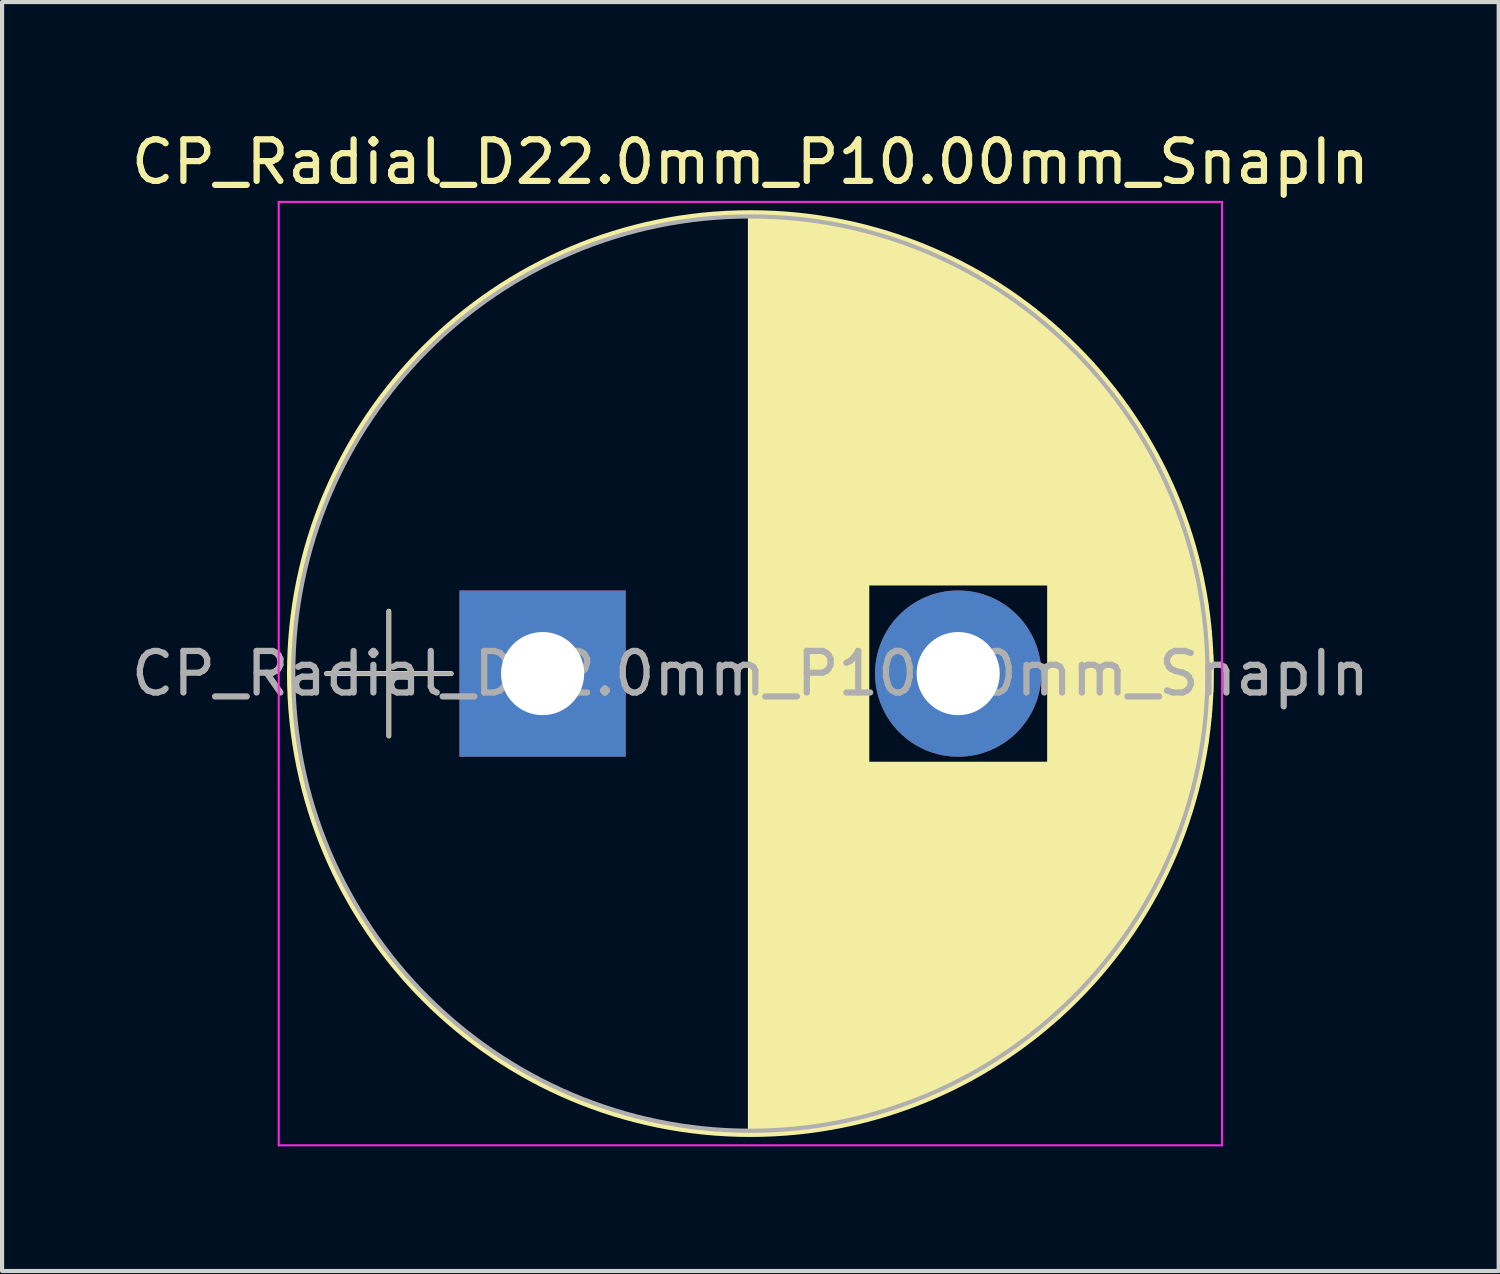
<source format=kicad_pcb>
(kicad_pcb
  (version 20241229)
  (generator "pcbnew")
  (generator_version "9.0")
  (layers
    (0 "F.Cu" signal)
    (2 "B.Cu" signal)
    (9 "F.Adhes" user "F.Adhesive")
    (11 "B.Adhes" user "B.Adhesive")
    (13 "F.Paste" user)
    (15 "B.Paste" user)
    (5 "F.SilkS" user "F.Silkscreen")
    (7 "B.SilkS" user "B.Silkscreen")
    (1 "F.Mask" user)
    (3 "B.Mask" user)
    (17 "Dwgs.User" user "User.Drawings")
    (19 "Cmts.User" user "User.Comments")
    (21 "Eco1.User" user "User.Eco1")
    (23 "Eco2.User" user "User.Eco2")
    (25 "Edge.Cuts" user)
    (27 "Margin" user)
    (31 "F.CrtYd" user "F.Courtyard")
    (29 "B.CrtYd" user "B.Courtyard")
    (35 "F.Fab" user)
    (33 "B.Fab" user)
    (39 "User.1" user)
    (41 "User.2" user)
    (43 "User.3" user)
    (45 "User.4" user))
  (footprint "CP_Radial_D22.0mm_P10.00mm_SnapIn"
    (layer "F.Cu")
    (at 10.006 13.158)
    (property "Reference" "CP_Radial_D22.0mm_P10.00mm_SnapIn" (at 5 -12.31 0) (layer "F.SilkS") (effects (font (size 1 1) (thickness 0.15))))
    (attr through_hole)
    (fp_line (start -5.2 0) (end -2.2 0) (stroke (width 0.12) (type solid)) (layer "F.SilkS"))
    (fp_line (start -3.7 -1.5) (end -3.7 1.5) (stroke (width 0.12) (type solid)) (layer "F.SilkS"))
    (fp_line (start 5 -11.05) (end 5 11.05) (stroke (width 0.12) (type solid)) (layer "F.SilkS"))
    (fp_line (start 5.04 -11.05) (end 5.04 11.05) (stroke (width 0.12) (type solid)) (layer "F.SilkS"))
    (fp_line (start 5.08 -11.05) (end 5.08 11.05) (stroke (width 0.12) (type solid)) (layer "F.SilkS"))
    (fp_line (start 5.12 -11.05) (end 5.12 11.05) (stroke (width 0.12) (type solid)) (layer "F.SilkS"))
    (fp_line (start 5.16 -11.049) (end 5.16 11.049) (stroke (width 0.12) (type solid)) (layer "F.SilkS"))
    (fp_line (start 5.2 -11.049) (end 5.2 11.049) (stroke (width 0.12) (type solid)) (layer "F.SilkS"))
    (fp_line (start 5.24 -11.048) (end 5.24 11.048) (stroke (width 0.12) (type solid)) (layer "F.SilkS"))
    (fp_line (start 5.28 -11.047) (end 5.28 11.047) (stroke (width 0.12) (type solid)) (layer "F.SilkS"))
    (fp_line (start 5.32 -11.046) (end 5.32 11.046) (stroke (width 0.12) (type solid)) (layer "F.SilkS"))
    (fp_line (start 5.36 -11.045) (end 5.36 11.045) (stroke (width 0.12) (type solid)) (layer "F.SilkS"))
    (fp_line (start 5.4 -11.043) (end 5.4 11.043) (stroke (width 0.12) (type solid)) (layer "F.SilkS"))
    (fp_line (start 5.44 -11.042) (end 5.44 11.042) (stroke (width 0.12) (type solid)) (layer "F.SilkS"))
    (fp_line (start 5.48 -11.04) (end 5.48 11.04) (stroke (width 0.12) (type solid)) (layer "F.SilkS"))
    (fp_line (start 5.52 -11.038) (end 5.52 11.038) (stroke (width 0.12) (type solid)) (layer "F.SilkS"))
    (fp_line (start 5.56 -11.036) (end 5.56 11.036) (stroke (width 0.12) (type solid)) (layer "F.SilkS"))
    (fp_line (start 5.6 -11.034) (end 5.6 11.034) (stroke (width 0.12) (type solid)) (layer "F.SilkS"))
    (fp_line (start 5.64 -11.032) (end 5.64 11.032) (stroke (width 0.12) (type solid)) (layer "F.SilkS"))
    (fp_line (start 5.68 -11.03) (end 5.68 11.03) (stroke (width 0.12) (type solid)) (layer "F.SilkS"))
    (fp_line (start 5.721 -11.027) (end 5.721 11.027) (stroke (width 0.12) (type solid)) (layer "F.SilkS"))
    (fp_line (start 5.761 -11.024) (end 5.761 11.024) (stroke (width 0.12) (type solid)) (layer "F.SilkS"))
    (fp_line (start 5.801 -11.022) (end 5.801 11.022) (stroke (width 0.12) (type solid)) (layer "F.SilkS"))
    (fp_line (start 5.841 -11.019) (end 5.841 11.019) (stroke (width 0.12) (type solid)) (layer "F.SilkS"))
    (fp_line (start 5.881 -11.016) (end 5.881 11.016) (stroke (width 0.12) (type solid)) (layer "F.SilkS"))
    (fp_line (start 5.921 -11.012) (end 5.921 11.012) (stroke (width 0.12) (type solid)) (layer "F.SilkS"))
    (fp_line (start 5.961 -11.009) (end 5.961 11.009) (stroke (width 0.12) (type solid)) (layer "F.SilkS"))
    (fp_line (start 6.001 -11.005) (end 6.001 11.005) (stroke (width 0.12) (type solid)) (layer "F.SilkS"))
    (fp_line (start 6.041 -11.002) (end 6.041 11.002) (stroke (width 0.12) (type solid)) (layer "F.SilkS"))
    (fp_line (start 6.081 -10.998) (end 6.081 10.998) (stroke (width 0.12) (type solid)) (layer "F.SilkS"))
    (fp_line (start 6.121 -10.994) (end 6.121 10.994) (stroke (width 0.12) (type solid)) (layer "F.SilkS"))
    (fp_line (start 6.161 -10.99) (end 6.161 10.99) (stroke (width 0.12) (type solid)) (layer "F.SilkS"))
    (fp_line (start 6.201 -10.985) (end 6.201 10.985) (stroke (width 0.12) (type solid)) (layer "F.SilkS"))
    (fp_line (start 6.241 -10.981) (end 6.241 10.981) (stroke (width 0.12) (type solid)) (layer "F.SilkS"))
    (fp_line (start 6.281 -10.976) (end 6.281 10.976) (stroke (width 0.12) (type solid)) (layer "F.SilkS"))
    (fp_line (start 6.321 -10.972) (end 6.321 10.972) (stroke (width 0.12) (type solid)) (layer "F.SilkS"))
    (fp_line (start 6.361 -10.967) (end 6.361 10.967) (stroke (width 0.12) (type solid)) (layer "F.SilkS"))
    (fp_line (start 6.401 -10.962) (end 6.401 10.962) (stroke (width 0.12) (type solid)) (layer "F.SilkS"))
    (fp_line (start 6.441 -10.957) (end 6.441 10.957) (stroke (width 0.12) (type solid)) (layer "F.SilkS"))
    (fp_line (start 6.481 -10.951) (end 6.481 10.951) (stroke (width 0.12) (type solid)) (layer "F.SilkS"))
    (fp_line (start 6.521 -10.946) (end 6.521 10.946) (stroke (width 0.12) (type solid)) (layer "F.SilkS"))
    (fp_line (start 6.561 -10.94) (end 6.561 10.94) (stroke (width 0.12) (type solid)) (layer "F.SilkS"))
    (fp_line (start 6.601 -10.934) (end 6.601 10.934) (stroke (width 0.12) (type solid)) (layer "F.SilkS"))
    (fp_line (start 6.641 -10.929) (end 6.641 10.929) (stroke (width 0.12) (type solid)) (layer "F.SilkS"))
    (fp_line (start 6.681 -10.923) (end 6.681 10.923) (stroke (width 0.12) (type solid)) (layer "F.SilkS"))
    (fp_line (start 6.721 -10.916) (end 6.721 10.916) (stroke (width 0.12) (type solid)) (layer "F.SilkS"))
    (fp_line (start 6.761 -10.91) (end 6.761 10.91) (stroke (width 0.12) (type solid)) (layer "F.SilkS"))
    (fp_line (start 6.801 -10.903) (end 6.801 10.903) (stroke (width 0.12) (type solid)) (layer "F.SilkS"))
    (fp_line (start 6.841 -10.897) (end 6.841 10.897) (stroke (width 0.12) (type solid)) (layer "F.SilkS"))
    (fp_line (start 6.881 -10.89) (end 6.881 10.89) (stroke (width 0.12) (type solid)) (layer "F.SilkS"))
    (fp_line (start 6.921 -10.883) (end 6.921 10.883) (stroke (width 0.12) (type solid)) (layer "F.SilkS"))
    (fp_line (start 6.961 -10.876) (end 6.961 10.876) (stroke (width 0.12) (type solid)) (layer "F.SilkS"))
    (fp_line (start 7.001 -10.869) (end 7.001 10.869) (stroke (width 0.12) (type solid)) (layer "F.SilkS"))
    (fp_line (start 7.041 -10.861) (end 7.041 10.861) (stroke (width 0.12) (type solid)) (layer "F.SilkS"))
    (fp_line (start 7.081 -10.854) (end 7.081 10.854) (stroke (width 0.12) (type solid)) (layer "F.SilkS"))
    (fp_line (start 7.121 -10.846) (end 7.121 10.846) (stroke (width 0.12) (type solid)) (layer "F.SilkS"))
    (fp_line (start 7.161 -10.838) (end 7.161 10.838) (stroke (width 0.12) (type solid)) (layer "F.SilkS"))
    (fp_line (start 7.201 -10.83) (end 7.201 10.83) (stroke (width 0.12) (type solid)) (layer "F.SilkS"))
    (fp_line (start 7.241 -10.822) (end 7.241 10.822) (stroke (width 0.12) (type solid)) (layer "F.SilkS"))
    (fp_line (start 7.281 -10.814) (end 7.281 10.814) (stroke (width 0.12) (type solid)) (layer "F.SilkS"))
    (fp_line (start 7.321 -10.805) (end 7.321 10.805) (stroke (width 0.12) (type solid)) (layer "F.SilkS"))
    (fp_line (start 7.361 -10.796) (end 7.361 10.796) (stroke (width 0.12) (type solid)) (layer "F.SilkS"))
    (fp_line (start 7.401 -10.788) (end 7.401 10.788) (stroke (width 0.12) (type solid)) (layer "F.SilkS"))
    (fp_line (start 7.441 -10.779) (end 7.441 10.779) (stroke (width 0.12) (type solid)) (layer "F.SilkS"))
    (fp_line (start 7.481 -10.77) (end 7.481 10.77) (stroke (width 0.12) (type solid)) (layer "F.SilkS"))
    (fp_line (start 7.521 -10.76) (end 7.521 10.76) (stroke (width 0.12) (type solid)) (layer "F.SilkS"))
    (fp_line (start 7.561 -10.751) (end 7.561 10.751) (stroke (width 0.12) (type solid)) (layer "F.SilkS"))
    (fp_line (start 7.601 -10.741) (end 7.601 10.741) (stroke (width 0.12) (type solid)) (layer "F.SilkS"))
    (fp_line (start 7.641 -10.732) (end 7.641 10.732) (stroke (width 0.12) (type solid)) (layer "F.SilkS"))
    (fp_line (start 7.681 -10.722) (end 7.681 10.722) (stroke (width 0.12) (type solid)) (layer "F.SilkS"))
    (fp_line (start 7.721 -10.712) (end 7.721 10.712) (stroke (width 0.12) (type solid)) (layer "F.SilkS"))
    (fp_line (start 7.761 -10.702) (end 7.761 10.702) (stroke (width 0.12) (type solid)) (layer "F.SilkS"))
    (fp_line (start 7.801 -10.691) (end 7.801 10.691) (stroke (width 0.12) (type solid)) (layer "F.SilkS"))
    (fp_line (start 7.841 -10.681) (end 7.841 -2.18) (stroke (width 0.12) (type solid)) (layer "F.SilkS"))
    (fp_line (start 7.841 2.18) (end 7.841 10.681) (stroke (width 0.12) (type solid)) (layer "F.SilkS"))
    (fp_line (start 7.881 -10.67) (end 7.881 -2.18) (stroke (width 0.12) (type solid)) (layer "F.SilkS"))
    (fp_line (start 7.881 2.18) (end 7.881 10.67) (stroke (width 0.12) (type solid)) (layer "F.SilkS"))
    (fp_line (start 7.921 -10.659) (end 7.921 -2.18) (stroke (width 0.12) (type solid)) (layer "F.SilkS"))
    (fp_line (start 7.921 2.18) (end 7.921 10.659) (stroke (width 0.12) (type solid)) (layer "F.SilkS"))
    (fp_line (start 7.961 -10.648) (end 7.961 -2.18) (stroke (width 0.12) (type solid)) (layer "F.SilkS"))
    (fp_line (start 7.961 2.18) (end 7.961 10.648) (stroke (width 0.12) (type solid)) (layer "F.SilkS"))
    (fp_line (start 8.001 -10.637) (end 8.001 -2.18) (stroke (width 0.12) (type solid)) (layer "F.SilkS"))
    (fp_line (start 8.001 2.18) (end 8.001 10.637) (stroke (width 0.12) (type solid)) (layer "F.SilkS"))
    (fp_line (start 8.041 -10.626) (end 8.041 -2.18) (stroke (width 0.12) (type solid)) (layer "F.SilkS"))
    (fp_line (start 8.041 2.18) (end 8.041 10.626) (stroke (width 0.12) (type solid)) (layer "F.SilkS"))
    (fp_line (start 8.081 -10.614) (end 8.081 -2.18) (stroke (width 0.12) (type solid)) (layer "F.SilkS"))
    (fp_line (start 8.081 2.18) (end 8.081 10.614) (stroke (width 0.12) (type solid)) (layer "F.SilkS"))
    (fp_line (start 8.121 -10.603) (end 8.121 -2.18) (stroke (width 0.12) (type solid)) (layer "F.SilkS"))
    (fp_line (start 8.121 2.18) (end 8.121 10.603) (stroke (width 0.12) (type solid)) (layer "F.SilkS"))
    (fp_line (start 8.161 -10.591) (end 8.161 -2.18) (stroke (width 0.12) (type solid)) (layer "F.SilkS"))
    (fp_line (start 8.161 2.18) (end 8.161 10.591) (stroke (width 0.12) (type solid)) (layer "F.SilkS"))
    (fp_line (start 8.201 -10.579) (end 8.201 -2.18) (stroke (width 0.12) (type solid)) (layer "F.SilkS"))
    (fp_line (start 8.201 2.18) (end 8.201 10.579) (stroke (width 0.12) (type solid)) (layer "F.SilkS"))
    (fp_line (start 8.241 -10.567) (end 8.241 -2.18) (stroke (width 0.12) (type solid)) (layer "F.SilkS"))
    (fp_line (start 8.241 2.18) (end 8.241 10.567) (stroke (width 0.12) (type solid)) (layer "F.SilkS"))
    (fp_line (start 8.281 -10.554) (end 8.281 -2.18) (stroke (width 0.12) (type solid)) (layer "F.SilkS"))
    (fp_line (start 8.281 2.18) (end 8.281 10.554) (stroke (width 0.12) (type solid)) (layer "F.SilkS"))
    (fp_line (start 8.321 -10.542) (end 8.321 -2.18) (stroke (width 0.12) (type solid)) (layer "F.SilkS"))
    (fp_line (start 8.321 2.18) (end 8.321 10.542) (stroke (width 0.12) (type solid)) (layer "F.SilkS"))
    (fp_line (start 8.361 -10.529) (end 8.361 -2.18) (stroke (width 0.12) (type solid)) (layer "F.SilkS"))
    (fp_line (start 8.361 2.18) (end 8.361 10.529) (stroke (width 0.12) (type solid)) (layer "F.SilkS"))
    (fp_line (start 8.401 -10.516) (end 8.401 -2.18) (stroke (width 0.12) (type solid)) (layer "F.SilkS"))
    (fp_line (start 8.401 2.18) (end 8.401 10.516) (stroke (width 0.12) (type solid)) (layer "F.SilkS"))
    (fp_line (start 8.441 -10.503) (end 8.441 -2.18) (stroke (width 0.12) (type solid)) (layer "F.SilkS"))
    (fp_line (start 8.441 2.18) (end 8.441 10.503) (stroke (width 0.12) (type solid)) (layer "F.SilkS"))
    (fp_line (start 8.481 -10.49) (end 8.481 -2.18) (stroke (width 0.12) (type solid)) (layer "F.SilkS"))
    (fp_line (start 8.481 2.18) (end 8.481 10.49) (stroke (width 0.12) (type solid)) (layer "F.SilkS"))
    (fp_line (start 8.521 -10.477) (end 8.521 -2.18) (stroke (width 0.12) (type solid)) (layer "F.SilkS"))
    (fp_line (start 8.521 2.18) (end 8.521 10.477) (stroke (width 0.12) (type solid)) (layer "F.SilkS"))
    (fp_line (start 8.561 -10.464) (end 8.561 -2.18) (stroke (width 0.12) (type solid)) (layer "F.SilkS"))
    (fp_line (start 8.561 2.18) (end 8.561 10.464) (stroke (width 0.12) (type solid)) (layer "F.SilkS"))
    (fp_line (start 8.601 -10.45) (end 8.601 -2.18) (stroke (width 0.12) (type solid)) (layer "F.SilkS"))
    (fp_line (start 8.601 2.18) (end 8.601 10.45) (stroke (width 0.12) (type solid)) (layer "F.SilkS"))
    (fp_line (start 8.641 -10.436) (end 8.641 -2.18) (stroke (width 0.12) (type solid)) (layer "F.SilkS"))
    (fp_line (start 8.641 2.18) (end 8.641 10.436) (stroke (width 0.12) (type solid)) (layer "F.SilkS"))
    (fp_line (start 8.681 -10.422) (end 8.681 -2.18) (stroke (width 0.12) (type solid)) (layer "F.SilkS"))
    (fp_line (start 8.681 2.18) (end 8.681 10.422) (stroke (width 0.12) (type solid)) (layer "F.SilkS"))
    (fp_line (start 8.721 -10.408) (end 8.721 -2.18) (stroke (width 0.12) (type solid)) (layer "F.SilkS"))
    (fp_line (start 8.721 2.18) (end 8.721 10.408) (stroke (width 0.12) (type solid)) (layer "F.SilkS"))
    (fp_line (start 8.761 -10.394) (end 8.761 -2.18) (stroke (width 0.12) (type solid)) (layer "F.SilkS"))
    (fp_line (start 8.761 2.18) (end 8.761 10.394) (stroke (width 0.12) (type solid)) (layer "F.SilkS"))
    (fp_line (start 8.801 -10.379) (end 8.801 -2.18) (stroke (width 0.12) (type solid)) (layer "F.SilkS"))
    (fp_line (start 8.801 2.18) (end 8.801 10.379) (stroke (width 0.12) (type solid)) (layer "F.SilkS"))
    (fp_line (start 8.841 -10.364) (end 8.841 -2.18) (stroke (width 0.12) (type solid)) (layer "F.SilkS"))
    (fp_line (start 8.841 2.18) (end 8.841 10.364) (stroke (width 0.12) (type solid)) (layer "F.SilkS"))
    (fp_line (start 8.881 -10.35) (end 8.881 -2.18) (stroke (width 0.12) (type solid)) (layer "F.SilkS"))
    (fp_line (start 8.881 2.18) (end 8.881 10.35) (stroke (width 0.12) (type solid)) (layer "F.SilkS"))
    (fp_line (start 8.921 -10.335) (end 8.921 -2.18) (stroke (width 0.12) (type solid)) (layer "F.SilkS"))
    (fp_line (start 8.921 2.18) (end 8.921 10.335) (stroke (width 0.12) (type solid)) (layer "F.SilkS"))
    (fp_line (start 8.961 -10.319) (end 8.961 -2.18) (stroke (width 0.12) (type solid)) (layer "F.SilkS"))
    (fp_line (start 8.961 2.18) (end 8.961 10.319) (stroke (width 0.12) (type solid)) (layer "F.SilkS"))
    (fp_line (start 9.001 -10.304) (end 9.001 -2.18) (stroke (width 0.12) (type solid)) (layer "F.SilkS"))
    (fp_line (start 9.001 2.18) (end 9.001 10.304) (stroke (width 0.12) (type solid)) (layer "F.SilkS"))
    (fp_line (start 9.041 -10.288) (end 9.041 -2.18) (stroke (width 0.12) (type solid)) (layer "F.SilkS"))
    (fp_line (start 9.041 2.18) (end 9.041 10.288) (stroke (width 0.12) (type solid)) (layer "F.SilkS"))
    (fp_line (start 9.081 -10.273) (end 9.081 -2.18) (stroke (width 0.12) (type solid)) (layer "F.SilkS"))
    (fp_line (start 9.081 2.18) (end 9.081 10.273) (stroke (width 0.12) (type solid)) (layer "F.SilkS"))
    (fp_line (start 9.121 -10.257) (end 9.121 -2.18) (stroke (width 0.12) (type solid)) (layer "F.SilkS"))
    (fp_line (start 9.121 2.18) (end 9.121 10.257) (stroke (width 0.12) (type solid)) (layer "F.SilkS"))
    (fp_line (start 9.161 -10.241) (end 9.161 -2.18) (stroke (width 0.12) (type solid)) (layer "F.SilkS"))
    (fp_line (start 9.161 2.18) (end 9.161 10.241) (stroke (width 0.12) (type solid)) (layer "F.SilkS"))
    (fp_line (start 9.201 -10.224) (end 9.201 -2.18) (stroke (width 0.12) (type solid)) (layer "F.SilkS"))
    (fp_line (start 9.201 2.18) (end 9.201 10.224) (stroke (width 0.12) (type solid)) (layer "F.SilkS"))
    (fp_line (start 9.241 -10.208) (end 9.241 -2.18) (stroke (width 0.12) (type solid)) (layer "F.SilkS"))
    (fp_line (start 9.241 2.18) (end 9.241 10.208) (stroke (width 0.12) (type solid)) (layer "F.SilkS"))
    (fp_line (start 9.281 -10.191) (end 9.281 -2.18) (stroke (width 0.12) (type solid)) (layer "F.SilkS"))
    (fp_line (start 9.281 2.18) (end 9.281 10.191) (stroke (width 0.12) (type solid)) (layer "F.SilkS"))
    (fp_line (start 9.321 -10.174) (end 9.321 -2.18) (stroke (width 0.12) (type solid)) (layer "F.SilkS"))
    (fp_line (start 9.321 2.18) (end 9.321 10.174) (stroke (width 0.12) (type solid)) (layer "F.SilkS"))
    (fp_line (start 9.361 -10.157) (end 9.361 -2.18) (stroke (width 0.12) (type solid)) (layer "F.SilkS"))
    (fp_line (start 9.361 2.18) (end 9.361 10.157) (stroke (width 0.12) (type solid)) (layer "F.SilkS"))
    (fp_line (start 9.401 -10.14) (end 9.401 -2.18) (stroke (width 0.12) (type solid)) (layer "F.SilkS"))
    (fp_line (start 9.401 2.18) (end 9.401 10.14) (stroke (width 0.12) (type solid)) (layer "F.SilkS"))
    (fp_line (start 9.441 -10.123) (end 9.441 -2.18) (stroke (width 0.12) (type solid)) (layer "F.SilkS"))
    (fp_line (start 9.441 2.18) (end 9.441 10.123) (stroke (width 0.12) (type solid)) (layer "F.SilkS"))
    (fp_line (start 9.481 -10.105) (end 9.481 -2.18) (stroke (width 0.12) (type solid)) (layer "F.SilkS"))
    (fp_line (start 9.481 2.18) (end 9.481 10.105) (stroke (width 0.12) (type solid)) (layer "F.SilkS"))
    (fp_line (start 9.521 -10.088) (end 9.521 -2.18) (stroke (width 0.12) (type solid)) (layer "F.SilkS"))
    (fp_line (start 9.521 2.18) (end 9.521 10.088) (stroke (width 0.12) (type solid)) (layer "F.SilkS"))
    (fp_line (start 9.561 -10.07) (end 9.561 -2.18) (stroke (width 0.12) (type solid)) (layer "F.SilkS"))
    (fp_line (start 9.561 2.18) (end 9.561 10.07) (stroke (width 0.12) (type solid)) (layer "F.SilkS"))
    (fp_line (start 9.601 -10.051) (end 9.601 -2.18) (stroke (width 0.12) (type solid)) (layer "F.SilkS"))
    (fp_line (start 9.601 2.18) (end 9.601 10.051) (stroke (width 0.12) (type solid)) (layer "F.SilkS"))
    (fp_line (start 9.641 -10.033) (end 9.641 -2.18) (stroke (width 0.12) (type solid)) (layer "F.SilkS"))
    (fp_line (start 9.641 2.18) (end 9.641 10.033) (stroke (width 0.12) (type solid)) (layer "F.SilkS"))
    (fp_line (start 9.681 -10.015) (end 9.681 -2.18) (stroke (width 0.12) (type solid)) (layer "F.SilkS"))
    (fp_line (start 9.681 2.18) (end 9.681 10.015) (stroke (width 0.12) (type solid)) (layer "F.SilkS"))
    (fp_line (start 9.721 -9.996) (end 9.721 -2.18) (stroke (width 0.12) (type solid)) (layer "F.SilkS"))
    (fp_line (start 9.721 2.18) (end 9.721 9.996) (stroke (width 0.12) (type solid)) (layer "F.SilkS"))
    (fp_line (start 9.761 -9.977) (end 9.761 -2.18) (stroke (width 0.12) (type solid)) (layer "F.SilkS"))
    (fp_line (start 9.761 2.18) (end 9.761 9.977) (stroke (width 0.12) (type solid)) (layer "F.SilkS"))
    (fp_line (start 9.801 -9.958) (end 9.801 -2.18) (stroke (width 0.12) (type solid)) (layer "F.SilkS"))
    (fp_line (start 9.801 2.18) (end 9.801 9.958) (stroke (width 0.12) (type solid)) (layer "F.SilkS"))
    (fp_line (start 9.841 -9.939) (end 9.841 -2.18) (stroke (width 0.12) (type solid)) (layer "F.SilkS"))
    (fp_line (start 9.841 2.18) (end 9.841 9.939) (stroke (width 0.12) (type solid)) (layer "F.SilkS"))
    (fp_line (start 9.881 -9.919) (end 9.881 -2.18) (stroke (width 0.12) (type solid)) (layer "F.SilkS"))
    (fp_line (start 9.881 2.18) (end 9.881 9.919) (stroke (width 0.12) (type solid)) (layer "F.SilkS"))
    (fp_line (start 9.921 -9.899) (end 9.921 -2.18) (stroke (width 0.12) (type solid)) (layer "F.SilkS"))
    (fp_line (start 9.921 2.18) (end 9.921 9.899) (stroke (width 0.12) (type solid)) (layer "F.SilkS"))
    (fp_line (start 9.961 -9.879) (end 9.961 -2.18) (stroke (width 0.12) (type solid)) (layer "F.SilkS"))
    (fp_line (start 9.961 2.18) (end 9.961 9.879) (stroke (width 0.12) (type solid)) (layer "F.SilkS"))
    (fp_line (start 10.001 -9.859) (end 10.001 -2.18) (stroke (width 0.12) (type solid)) (layer "F.SilkS"))
    (fp_line (start 10.001 2.18) (end 10.001 9.859) (stroke (width 0.12) (type solid)) (layer "F.SilkS"))
    (fp_line (start 10.041 -9.839) (end 10.041 -2.18) (stroke (width 0.12) (type solid)) (layer "F.SilkS"))
    (fp_line (start 10.041 2.18) (end 10.041 9.839) (stroke (width 0.12) (type solid)) (layer "F.SilkS"))
    (fp_line (start 10.081 -9.819) (end 10.081 -2.18) (stroke (width 0.12) (type solid)) (layer "F.SilkS"))
    (fp_line (start 10.081 2.18) (end 10.081 9.819) (stroke (width 0.12) (type solid)) (layer "F.SilkS"))
    (fp_line (start 10.121 -9.798) (end 10.121 -2.18) (stroke (width 0.12) (type solid)) (layer "F.SilkS"))
    (fp_line (start 10.121 2.18) (end 10.121 9.798) (stroke (width 0.12) (type solid)) (layer "F.SilkS"))
    (fp_line (start 10.161 -9.777) (end 10.161 -2.18) (stroke (width 0.12) (type solid)) (layer "F.SilkS"))
    (fp_line (start 10.161 2.18) (end 10.161 9.777) (stroke (width 0.12) (type solid)) (layer "F.SilkS"))
    (fp_line (start 10.201 -9.756) (end 10.201 -2.18) (stroke (width 0.12) (type solid)) (layer "F.SilkS"))
    (fp_line (start 10.201 2.18) (end 10.201 9.756) (stroke (width 0.12) (type solid)) (layer "F.SilkS"))
    (fp_line (start 10.241 -9.734) (end 10.241 -2.18) (stroke (width 0.12) (type solid)) (layer "F.SilkS"))
    (fp_line (start 10.241 2.18) (end 10.241 9.734) (stroke (width 0.12) (type solid)) (layer "F.SilkS"))
    (fp_line (start 10.281 -9.713) (end 10.281 -2.18) (stroke (width 0.12) (type solid)) (layer "F.SilkS"))
    (fp_line (start 10.281 2.18) (end 10.281 9.713) (stroke (width 0.12) (type solid)) (layer "F.SilkS"))
    (fp_line (start 10.321 -9.691) (end 10.321 -2.18) (stroke (width 0.12) (type solid)) (layer "F.SilkS"))
    (fp_line (start 10.321 2.18) (end 10.321 9.691) (stroke (width 0.12) (type solid)) (layer "F.SilkS"))
    (fp_line (start 10.361 -9.669) (end 10.361 -2.18) (stroke (width 0.12) (type solid)) (layer "F.SilkS"))
    (fp_line (start 10.361 2.18) (end 10.361 9.669) (stroke (width 0.12) (type solid)) (layer "F.SilkS"))
    (fp_line (start 10.401 -9.647) (end 10.401 -2.18) (stroke (width 0.12) (type solid)) (layer "F.SilkS"))
    (fp_line (start 10.401 2.18) (end 10.401 9.647) (stroke (width 0.12) (type solid)) (layer "F.SilkS"))
    (fp_line (start 10.441 -9.625) (end 10.441 -2.18) (stroke (width 0.12) (type solid)) (layer "F.SilkS"))
    (fp_line (start 10.441 2.18) (end 10.441 9.625) (stroke (width 0.12) (type solid)) (layer "F.SilkS"))
    (fp_line (start 10.481 -9.602) (end 10.481 -2.18) (stroke (width 0.12) (type solid)) (layer "F.SilkS"))
    (fp_line (start 10.481 2.18) (end 10.481 9.602) (stroke (width 0.12) (type solid)) (layer "F.SilkS"))
    (fp_line (start 10.521 -9.579) (end 10.521 -2.18) (stroke (width 0.12) (type solid)) (layer "F.SilkS"))
    (fp_line (start 10.521 2.18) (end 10.521 9.579) (stroke (width 0.12) (type solid)) (layer "F.SilkS"))
    (fp_line (start 10.561 -9.556) (end 10.561 -2.18) (stroke (width 0.12) (type solid)) (layer "F.SilkS"))
    (fp_line (start 10.561 2.18) (end 10.561 9.556) (stroke (width 0.12) (type solid)) (layer "F.SilkS"))
    (fp_line (start 10.601 -9.533) (end 10.601 -2.18) (stroke (width 0.12) (type solid)) (layer "F.SilkS"))
    (fp_line (start 10.601 2.18) (end 10.601 9.533) (stroke (width 0.12) (type solid)) (layer "F.SilkS"))
    (fp_line (start 10.641 -9.509) (end 10.641 -2.18) (stroke (width 0.12) (type solid)) (layer "F.SilkS"))
    (fp_line (start 10.641 2.18) (end 10.641 9.509) (stroke (width 0.12) (type solid)) (layer "F.SilkS"))
    (fp_line (start 10.681 -9.486) (end 10.681 -2.18) (stroke (width 0.12) (type solid)) (layer "F.SilkS"))
    (fp_line (start 10.681 2.18) (end 10.681 9.486) (stroke (width 0.12) (type solid)) (layer "F.SilkS"))
    (fp_line (start 10.721 -9.462) (end 10.721 -2.18) (stroke (width 0.12) (type solid)) (layer "F.SilkS"))
    (fp_line (start 10.721 2.18) (end 10.721 9.462) (stroke (width 0.12) (type solid)) (layer "F.SilkS"))
    (fp_line (start 10.761 -9.437) (end 10.761 -2.18) (stroke (width 0.12) (type solid)) (layer "F.SilkS"))
    (fp_line (start 10.761 2.18) (end 10.761 9.437) (stroke (width 0.12) (type solid)) (layer "F.SilkS"))
    (fp_line (start 10.801 -9.413) (end 10.801 -2.18) (stroke (width 0.12) (type solid)) (layer "F.SilkS"))
    (fp_line (start 10.801 2.18) (end 10.801 9.413) (stroke (width 0.12) (type solid)) (layer "F.SilkS"))
    (fp_line (start 10.841 -9.388) (end 10.841 -2.18) (stroke (width 0.12) (type solid)) (layer "F.SilkS"))
    (fp_line (start 10.841 2.18) (end 10.841 9.388) (stroke (width 0.12) (type solid)) (layer "F.SilkS"))
    (fp_line (start 10.881 -9.363) (end 10.881 -2.18) (stroke (width 0.12) (type solid)) (layer "F.SilkS"))
    (fp_line (start 10.881 2.18) (end 10.881 9.363) (stroke (width 0.12) (type solid)) (layer "F.SilkS"))
    (fp_line (start 10.921 -9.338) (end 10.921 -2.18) (stroke (width 0.12) (type solid)) (layer "F.SilkS"))
    (fp_line (start 10.921 2.18) (end 10.921 9.338) (stroke (width 0.12) (type solid)) (layer "F.SilkS"))
    (fp_line (start 10.961 -9.313) (end 10.961 -2.18) (stroke (width 0.12) (type solid)) (layer "F.SilkS"))
    (fp_line (start 10.961 2.18) (end 10.961 9.313) (stroke (width 0.12) (type solid)) (layer "F.SilkS"))
    (fp_line (start 11.001 -9.287) (end 11.001 -2.18) (stroke (width 0.12) (type solid)) (layer "F.SilkS"))
    (fp_line (start 11.001 2.18) (end 11.001 9.287) (stroke (width 0.12) (type solid)) (layer "F.SilkS"))
    (fp_line (start 11.041 -9.261) (end 11.041 -2.18) (stroke (width 0.12) (type solid)) (layer "F.SilkS"))
    (fp_line (start 11.041 2.18) (end 11.041 9.261) (stroke (width 0.12) (type solid)) (layer "F.SilkS"))
    (fp_line (start 11.081 -9.235) (end 11.081 -2.18) (stroke (width 0.12) (type solid)) (layer "F.SilkS"))
    (fp_line (start 11.081 2.18) (end 11.081 9.235) (stroke (width 0.12) (type solid)) (layer "F.SilkS"))
    (fp_line (start 11.121 -9.209) (end 11.121 -2.18) (stroke (width 0.12) (type solid)) (layer "F.SilkS"))
    (fp_line (start 11.121 2.18) (end 11.121 9.209) (stroke (width 0.12) (type solid)) (layer "F.SilkS"))
    (fp_line (start 11.161 -9.182) (end 11.161 -2.18) (stroke (width 0.12) (type solid)) (layer "F.SilkS"))
    (fp_line (start 11.161 2.18) (end 11.161 9.182) (stroke (width 0.12) (type solid)) (layer "F.SilkS"))
    (fp_line (start 11.201 -9.156) (end 11.201 -2.18) (stroke (width 0.12) (type solid)) (layer "F.SilkS"))
    (fp_line (start 11.201 2.18) (end 11.201 9.156) (stroke (width 0.12) (type solid)) (layer "F.SilkS"))
    (fp_line (start 11.241 -9.128) (end 11.241 -2.18) (stroke (width 0.12) (type solid)) (layer "F.SilkS"))
    (fp_line (start 11.241 2.18) (end 11.241 9.128) (stroke (width 0.12) (type solid)) (layer "F.SilkS"))
    (fp_line (start 11.281 -9.101) (end 11.281 -2.18) (stroke (width 0.12) (type solid)) (layer "F.SilkS"))
    (fp_line (start 11.281 2.18) (end 11.281 9.101) (stroke (width 0.12) (type solid)) (layer "F.SilkS"))
    (fp_line (start 11.321 -9.073) (end 11.321 -2.18) (stroke (width 0.12) (type solid)) (layer "F.SilkS"))
    (fp_line (start 11.321 2.18) (end 11.321 9.073) (stroke (width 0.12) (type solid)) (layer "F.SilkS"))
    (fp_line (start 11.361 -9.046) (end 11.361 -2.18) (stroke (width 0.12) (type solid)) (layer "F.SilkS"))
    (fp_line (start 11.361 2.18) (end 11.361 9.046) (stroke (width 0.12) (type solid)) (layer "F.SilkS"))
    (fp_line (start 11.401 -9.017) (end 11.401 -2.18) (stroke (width 0.12) (type solid)) (layer "F.SilkS"))
    (fp_line (start 11.401 2.18) (end 11.401 9.017) (stroke (width 0.12) (type solid)) (layer "F.SilkS"))
    (fp_line (start 11.441 -8.989) (end 11.441 -2.18) (stroke (width 0.12) (type solid)) (layer "F.SilkS"))
    (fp_line (start 11.441 2.18) (end 11.441 8.989) (stroke (width 0.12) (type solid)) (layer "F.SilkS"))
    (fp_line (start 11.481 -8.96) (end 11.481 -2.18) (stroke (width 0.12) (type solid)) (layer "F.SilkS"))
    (fp_line (start 11.481 2.18) (end 11.481 8.96) (stroke (width 0.12) (type solid)) (layer "F.SilkS"))
    (fp_line (start 11.521 -8.931) (end 11.521 -2.18) (stroke (width 0.12) (type solid)) (layer "F.SilkS"))
    (fp_line (start 11.521 2.18) (end 11.521 8.931) (stroke (width 0.12) (type solid)) (layer "F.SilkS"))
    (fp_line (start 11.561 -8.902) (end 11.561 -2.18) (stroke (width 0.12) (type solid)) (layer "F.SilkS"))
    (fp_line (start 11.561 2.18) (end 11.561 8.902) (stroke (width 0.12) (type solid)) (layer "F.SilkS"))
    (fp_line (start 11.601 -8.873) (end 11.601 -2.18) (stroke (width 0.12) (type solid)) (layer "F.SilkS"))
    (fp_line (start 11.601 2.18) (end 11.601 8.873) (stroke (width 0.12) (type solid)) (layer "F.SilkS"))
    (fp_line (start 11.641 -8.843) (end 11.641 -2.18) (stroke (width 0.12) (type solid)) (layer "F.SilkS"))
    (fp_line (start 11.641 2.18) (end 11.641 8.843) (stroke (width 0.12) (type solid)) (layer "F.SilkS"))
    (fp_line (start 11.681 -8.813) (end 11.681 -2.18) (stroke (width 0.12) (type solid)) (layer "F.SilkS"))
    (fp_line (start 11.681 2.18) (end 11.681 8.813) (stroke (width 0.12) (type solid)) (layer "F.SilkS"))
    (fp_line (start 11.721 -8.783) (end 11.721 -2.18) (stroke (width 0.12) (type solid)) (layer "F.SilkS"))
    (fp_line (start 11.721 2.18) (end 11.721 8.783) (stroke (width 0.12) (type solid)) (layer "F.SilkS"))
    (fp_line (start 11.761 -8.752) (end 11.761 -2.18) (stroke (width 0.12) (type solid)) (layer "F.SilkS"))
    (fp_line (start 11.761 2.18) (end 11.761 8.752) (stroke (width 0.12) (type solid)) (layer "F.SilkS"))
    (fp_line (start 11.801 -8.721) (end 11.801 -2.18) (stroke (width 0.12) (type solid)) (layer "F.SilkS"))
    (fp_line (start 11.801 2.18) (end 11.801 8.721) (stroke (width 0.12) (type solid)) (layer "F.SilkS"))
    (fp_line (start 11.841 -8.69) (end 11.841 -2.18) (stroke (width 0.12) (type solid)) (layer "F.SilkS"))
    (fp_line (start 11.841 2.18) (end 11.841 8.69) (stroke (width 0.12) (type solid)) (layer "F.SilkS"))
    (fp_line (start 11.881 -8.658) (end 11.881 -2.18) (stroke (width 0.12) (type solid)) (layer "F.SilkS"))
    (fp_line (start 11.881 2.18) (end 11.881 8.658) (stroke (width 0.12) (type solid)) (layer "F.SilkS"))
    (fp_line (start 11.921 -8.627) (end 11.921 -2.18) (stroke (width 0.12) (type solid)) (layer "F.SilkS"))
    (fp_line (start 11.921 2.18) (end 11.921 8.627) (stroke (width 0.12) (type solid)) (layer "F.SilkS"))
    (fp_line (start 11.961 -8.595) (end 11.961 -2.18) (stroke (width 0.12) (type solid)) (layer "F.SilkS"))
    (fp_line (start 11.961 2.18) (end 11.961 8.595) (stroke (width 0.12) (type solid)) (layer "F.SilkS"))
    (fp_line (start 12.001 -8.562) (end 12.001 -2.18) (stroke (width 0.12) (type solid)) (layer "F.SilkS"))
    (fp_line (start 12.001 2.18) (end 12.001 8.562) (stroke (width 0.12) (type solid)) (layer "F.SilkS"))
    (fp_line (start 12.041 -8.529) (end 12.041 -2.18) (stroke (width 0.12) (type solid)) (layer "F.SilkS"))
    (fp_line (start 12.041 2.18) (end 12.041 8.529) (stroke (width 0.12) (type solid)) (layer "F.SilkS"))
    (fp_line (start 12.081 -8.496) (end 12.081 -2.18) (stroke (width 0.12) (type solid)) (layer "F.SilkS"))
    (fp_line (start 12.081 2.18) (end 12.081 8.496) (stroke (width 0.12) (type solid)) (layer "F.SilkS"))
    (fp_line (start 12.121 -8.463) (end 12.121 -2.18) (stroke (width 0.12) (type solid)) (layer "F.SilkS"))
    (fp_line (start 12.121 2.18) (end 12.121 8.463) (stroke (width 0.12) (type solid)) (layer "F.SilkS"))
    (fp_line (start 12.161 -8.429) (end 12.161 -2.18) (stroke (width 0.12) (type solid)) (layer "F.SilkS"))
    (fp_line (start 12.161 2.18) (end 12.161 8.429) (stroke (width 0.12) (type solid)) (layer "F.SilkS"))
    (fp_line (start 12.201 -8.395) (end 12.201 8.395) (stroke (width 0.12) (type solid)) (layer "F.SilkS"))
    (fp_line (start 12.241 -8.361) (end 12.241 8.361) (stroke (width 0.12) (type solid)) (layer "F.SilkS"))
    (fp_line (start 12.281 -8.326) (end 12.281 8.326) (stroke (width 0.12) (type solid)) (layer "F.SilkS"))
    (fp_line (start 12.321 -8.292) (end 12.321 8.292) (stroke (width 0.12) (type solid)) (layer "F.SilkS"))
    (fp_line (start 12.361 -8.256) (end 12.361 8.256) (stroke (width 0.12) (type solid)) (layer "F.SilkS"))
    (fp_line (start 12.401 -8.221) (end 12.401 8.221) (stroke (width 0.12) (type solid)) (layer "F.SilkS"))
    (fp_line (start 12.441 -8.185) (end 12.441 8.185) (stroke (width 0.12) (type solid)) (layer "F.SilkS"))
    (fp_line (start 12.481 -8.148) (end 12.481 8.148) (stroke (width 0.12) (type solid)) (layer "F.SilkS"))
    (fp_line (start 12.521 -8.111) (end 12.521 8.111) (stroke (width 0.12) (type solid)) (layer "F.SilkS"))
    (fp_line (start 12.561 -8.074) (end 12.561 8.074) (stroke (width 0.12) (type solid)) (layer "F.SilkS"))
    (fp_line (start 12.601 -8.037) (end 12.601 8.037) (stroke (width 0.12) (type solid)) (layer "F.SilkS"))
    (fp_line (start 12.641 -7.999) (end 12.641 7.999) (stroke (width 0.12) (type solid)) (layer "F.SilkS"))
    (fp_line (start 12.681 -7.961) (end 12.681 7.961) (stroke (width 0.12) (type solid)) (layer "F.SilkS"))
    (fp_line (start 12.721 -7.922) (end 12.721 7.922) (stroke (width 0.12) (type solid)) (layer "F.SilkS"))
    (fp_line (start 12.761 -7.883) (end 12.761 7.883) (stroke (width 0.12) (type solid)) (layer "F.SilkS"))
    (fp_line (start 12.801 -7.844) (end 12.801 7.844) (stroke (width 0.12) (type solid)) (layer "F.SilkS"))
    (fp_line (start 12.841 -7.804) (end 12.841 7.804) (stroke (width 0.12) (type solid)) (layer "F.SilkS"))
    (fp_line (start 12.881 -7.764) (end 12.881 7.764) (stroke (width 0.12) (type solid)) (layer "F.SilkS"))
    (fp_line (start 12.921 -7.723) (end 12.921 7.723) (stroke (width 0.12) (type solid)) (layer "F.SilkS"))
    (fp_line (start 12.961 -7.682) (end 12.961 7.682) (stroke (width 0.12) (type solid)) (layer "F.SilkS"))
    (fp_line (start 13.001 -7.641) (end 13.001 7.641) (stroke (width 0.12) (type solid)) (layer "F.SilkS"))
    (fp_line (start 13.041 -7.599) (end 13.041 7.599) (stroke (width 0.12) (type solid)) (layer "F.SilkS"))
    (fp_line (start 13.081 -7.557) (end 13.081 7.557) (stroke (width 0.12) (type solid)) (layer "F.SilkS"))
    (fp_line (start 13.121 -7.514) (end 13.121 7.514) (stroke (width 0.12) (type solid)) (layer "F.SilkS"))
    (fp_line (start 13.161 -7.471) (end 13.161 7.471) (stroke (width 0.12) (type solid)) (layer "F.SilkS"))
    (fp_line (start 13.2 -7.427) (end 13.2 7.427) (stroke (width 0.12) (type solid)) (layer "F.SilkS"))
    (fp_line (start 13.24 -7.383) (end 13.24 7.383) (stroke (width 0.12) (type solid)) (layer "F.SilkS"))
    (fp_line (start 13.28 -7.338) (end 13.28 7.338) (stroke (width 0.12) (type solid)) (layer "F.SilkS"))
    (fp_line (start 13.32 -7.293) (end 13.32 7.293) (stroke (width 0.12) (type solid)) (layer "F.SilkS"))
    (fp_line (start 13.36 -7.247) (end 13.36 7.247) (stroke (width 0.12) (type solid)) (layer "F.SilkS"))
    (fp_line (start 13.4 -7.201) (end 13.4 7.201) (stroke (width 0.12) (type solid)) (layer "F.SilkS"))
    (fp_line (start 13.44 -7.155) (end 13.44 7.155) (stroke (width 0.12) (type solid)) (layer "F.SilkS"))
    (fp_line (start 13.48 -7.107) (end 13.48 7.107) (stroke (width 0.12) (type solid)) (layer "F.SilkS"))
    (fp_line (start 13.52 -7.06) (end 13.52 7.06) (stroke (width 0.12) (type solid)) (layer "F.SilkS"))
    (fp_line (start 13.56 -7.011) (end 13.56 7.011) (stroke (width 0.12) (type solid)) (layer "F.SilkS"))
    (fp_line (start 13.6 -6.963) (end 13.6 6.963) (stroke (width 0.12) (type solid)) (layer "F.SilkS"))
    (fp_line (start 13.64 -6.913) (end 13.64 6.913) (stroke (width 0.12) (type solid)) (layer "F.SilkS"))
    (fp_line (start 13.68 -6.863) (end 13.68 6.863) (stroke (width 0.12) (type solid)) (layer "F.SilkS"))
    (fp_line (start 13.72 -6.812) (end 13.72 6.812) (stroke (width 0.12) (type solid)) (layer "F.SilkS"))
    (fp_line (start 13.76 -6.761) (end 13.76 6.761) (stroke (width 0.12) (type solid)) (layer "F.SilkS"))
    (fp_line (start 13.8 -6.709) (end 13.8 6.709) (stroke (width 0.12) (type solid)) (layer "F.SilkS"))
    (fp_line (start 13.84 -6.657) (end 13.84 6.657) (stroke (width 0.12) (type solid)) (layer "F.SilkS"))
    (fp_line (start 13.88 -6.604) (end 13.88 6.604) (stroke (width 0.12) (type solid)) (layer "F.SilkS"))
    (fp_line (start 13.92 -6.55) (end 13.92 6.55) (stroke (width 0.12) (type solid)) (layer "F.SilkS"))
    (fp_line (start 13.96 -6.496) (end 13.96 6.496) (stroke (width 0.12) (type solid)) (layer "F.SilkS"))
    (fp_line (start 14 -6.44) (end 14 6.44) (stroke (width 0.12) (type solid)) (layer "F.SilkS"))
    (fp_line (start 14.04 -6.384) (end 14.04 6.384) (stroke (width 0.12) (type solid)) (layer "F.SilkS"))
    (fp_line (start 14.08 -6.328) (end 14.08 6.328) (stroke (width 0.12) (type solid)) (layer "F.SilkS"))
    (fp_line (start 14.12 -6.27) (end 14.12 6.27) (stroke (width 0.12) (type solid)) (layer "F.SilkS"))
    (fp_line (start 14.16 -6.212) (end 14.16 6.212) (stroke (width 0.12) (type solid)) (layer "F.SilkS"))
    (fp_line (start 14.2 -6.153) (end 14.2 6.153) (stroke (width 0.12) (type solid)) (layer "F.SilkS"))
    (fp_line (start 14.24 -6.093) (end 14.24 6.093) (stroke (width 0.12) (type solid)) (layer "F.SilkS"))
    (fp_line (start 14.28 -6.033) (end 14.28 6.033) (stroke (width 0.12) (type solid)) (layer "F.SilkS"))
    (fp_line (start 14.32 -5.971) (end 14.32 5.971) (stroke (width 0.12) (type solid)) (layer "F.SilkS"))
    (fp_line (start 14.36 -5.908) (end 14.36 5.908) (stroke (width 0.12) (type solid)) (layer "F.SilkS"))
    (fp_line (start 14.4 -5.845) (end 14.4 5.845) (stroke (width 0.12) (type solid)) (layer "F.SilkS"))
    (fp_line (start 14.44 -5.781) (end 14.44 5.781) (stroke (width 0.12) (type solid)) (layer "F.SilkS"))
    (fp_line (start 14.48 -5.715) (end 14.48 5.715) (stroke (width 0.12) (type solid)) (layer "F.SilkS"))
    (fp_line (start 14.52 -5.649) (end 14.52 5.649) (stroke (width 0.12) (type solid)) (layer "F.SilkS"))
    (fp_line (start 14.56 -5.581) (end 14.56 5.581) (stroke (width 0.12) (type solid)) (layer "F.SilkS"))
    (fp_line (start 14.6 -5.513) (end 14.6 5.513) (stroke (width 0.12) (type solid)) (layer "F.SilkS"))
    (fp_line (start 14.64 -5.443) (end 14.64 5.443) (stroke (width 0.12) (type solid)) (layer "F.SilkS"))
    (fp_line (start 14.68 -5.372) (end 14.68 5.372) (stroke (width 0.12) (type solid)) (layer "F.SilkS"))
    (fp_line (start 14.72 -5.3) (end 14.72 5.3) (stroke (width 0.12) (type solid)) (layer "F.SilkS"))
    (fp_line (start 14.76 -5.226) (end 14.76 5.226) (stroke (width 0.12) (type solid)) (layer "F.SilkS"))
    (fp_line (start 14.8 -5.152) (end 14.8 5.152) (stroke (width 0.12) (type solid)) (layer "F.SilkS"))
    (fp_line (start 14.84 -5.075) (end 14.84 5.075) (stroke (width 0.12) (type solid)) (layer "F.SilkS"))
    (fp_line (start 14.88 -4.998) (end 14.88 4.998) (stroke (width 0.12) (type solid)) (layer "F.SilkS"))
    (fp_line (start 14.92 -4.918) (end 14.92 4.918) (stroke (width 0.12) (type solid)) (layer "F.SilkS"))
    (fp_line (start 14.96 -4.838) (end 14.96 4.838) (stroke (width 0.12) (type solid)) (layer "F.SilkS"))
    (fp_line (start 15 -4.755) (end 15 4.755) (stroke (width 0.12) (type solid)) (layer "F.SilkS"))
    (fp_line (start 15.04 -4.671) (end 15.04 4.671) (stroke (width 0.12) (type solid)) (layer "F.SilkS"))
    (fp_line (start 15.08 -4.585) (end 15.08 4.585) (stroke (width 0.12) (type solid)) (layer "F.SilkS"))
    (fp_line (start 15.12 -4.496) (end 15.12 4.496) (stroke (width 0.12) (type solid)) (layer "F.SilkS"))
    (fp_line (start 15.16 -4.406) (end 15.16 4.406) (stroke (width 0.12) (type solid)) (layer "F.SilkS"))
    (fp_line (start 15.2 -4.313) (end 15.2 4.313) (stroke (width 0.12) (type solid)) (layer "F.SilkS"))
    (fp_line (start 15.24 -4.218) (end 15.24 4.218) (stroke (width 0.12) (type solid)) (layer "F.SilkS"))
    (fp_line (start 15.28 -4.121) (end 15.28 4.121) (stroke (width 0.12) (type solid)) (layer "F.SilkS"))
    (fp_line (start 15.32 -4.021) (end 15.32 4.021) (stroke (width 0.12) (type solid)) (layer "F.SilkS"))
    (fp_line (start 15.36 -3.918) (end 15.36 3.918) (stroke (width 0.12) (type solid)) (layer "F.SilkS"))
    (fp_line (start 15.4 -3.811) (end 15.4 3.811) (stroke (width 0.12) (type solid)) (layer "F.SilkS"))
    (fp_line (start 15.44 -3.701) (end 15.44 3.701) (stroke (width 0.12) (type solid)) (layer "F.SilkS"))
    (fp_line (start 15.48 -3.588) (end 15.48 3.588) (stroke (width 0.12) (type solid)) (layer "F.SilkS"))
    (fp_line (start 15.52 -3.47) (end 15.52 3.47) (stroke (width 0.12) (type solid)) (layer "F.SilkS"))
    (fp_line (start 15.56 -3.348) (end 15.56 3.348) (stroke (width 0.12) (type solid)) (layer "F.SilkS"))
    (fp_line (start 15.6 -3.221) (end 15.6 3.221) (stroke (width 0.12) (type solid)) (layer "F.SilkS"))
    (fp_line (start 15.64 -3.088) (end 15.64 3.088) (stroke (width 0.12) (type solid)) (layer "F.SilkS"))
    (fp_line (start 15.68 -2.948) (end 15.68 2.948) (stroke (width 0.12) (type solid)) (layer "F.SilkS"))
    (fp_line (start 15.72 -2.801) (end 15.72 2.801) (stroke (width 0.12) (type solid)) (layer "F.SilkS"))
    (fp_line (start 15.76 -2.646) (end 15.76 2.646) (stroke (width 0.12) (type solid)) (layer "F.SilkS"))
    (fp_line (start 15.8 -2.48) (end 15.8 2.48) (stroke (width 0.12) (type solid)) (layer "F.SilkS"))
    (fp_line (start 15.84 -2.302) (end 15.84 2.302) (stroke (width 0.12) (type solid)) (layer "F.SilkS"))
    (fp_line (start 15.88 -2.108) (end 15.88 2.108) (stroke (width 0.12) (type solid)) (layer "F.SilkS"))
    (fp_line (start 15.92 -1.895) (end 15.92 1.895) (stroke (width 0.12) (type solid)) (layer "F.SilkS"))
    (fp_line (start 15.96 -1.654) (end 15.96 1.654) (stroke (width 0.12) (type solid)) (layer "F.SilkS"))
    (fp_line (start 16 -1.371) (end 16 1.371) (stroke (width 0.12) (type solid)) (layer "F.SilkS"))
    (fp_line (start 16.04 -1.012) (end 16.04 1.012) (stroke (width 0.12) (type solid)) (layer "F.SilkS"))
    (fp_line (start 16.08 -0.431) (end 16.08 0.431) (stroke (width 0.12) (type solid)) (layer "F.SilkS"))
    (fp_circle (center 5 0) (end 16.09 0) (stroke (width 0.12) (type solid)) (fill no) (layer "F.SilkS"))
    (fp_line (start -6.35 -11.35) (end -6.35 11.35) (stroke (width 0.05) (type solid)) (layer "F.CrtYd"))
    (fp_line (start -6.35 11.35) (end 16.35 11.35) (stroke (width 0.05) (type solid)) (layer "F.CrtYd"))
    (fp_line (start 16.35 -11.35) (end -6.35 -11.35) (stroke (width 0.05) (type solid)) (layer "F.CrtYd"))
    (fp_line (start 16.35 11.35) (end 16.35 -11.35) (stroke (width 0.05) (type solid)) (layer "F.CrtYd"))
    (fp_line (start -5.2 0) (end -2.2 0) (stroke (width 0.1) (type solid)) (layer "F.Fab"))
    (fp_line (start -3.7 -1.5) (end -3.7 1.5) (stroke (width 0.1) (type solid)) (layer "F.Fab"))
    (fp_circle (center 5 0) (end 16 0) (stroke (width 0.1) (type solid)) (fill no) (layer "F.Fab"))
    (fp_text user "${REFERENCE}" (at 5 0 0) (layer "F.Fab") (effects (font (size 1 1) (thickness 0.15))))
    (pad "1" thru_hole rect (at 0 0) (size 4 4) (drill 2) (layers "*.Cu" "*.Mask"))
    (pad "2" thru_hole circle (at 10 0) (size 4 4) (drill 2) (layers "*.Cu" "*.Mask")))
  (gr_rect
    (start -3 -3)
    (end 33.012 27.533)
    (stroke (width 0.1) (type default))
    (fill no)
    (layer "Edge.Cuts")))
</source>
